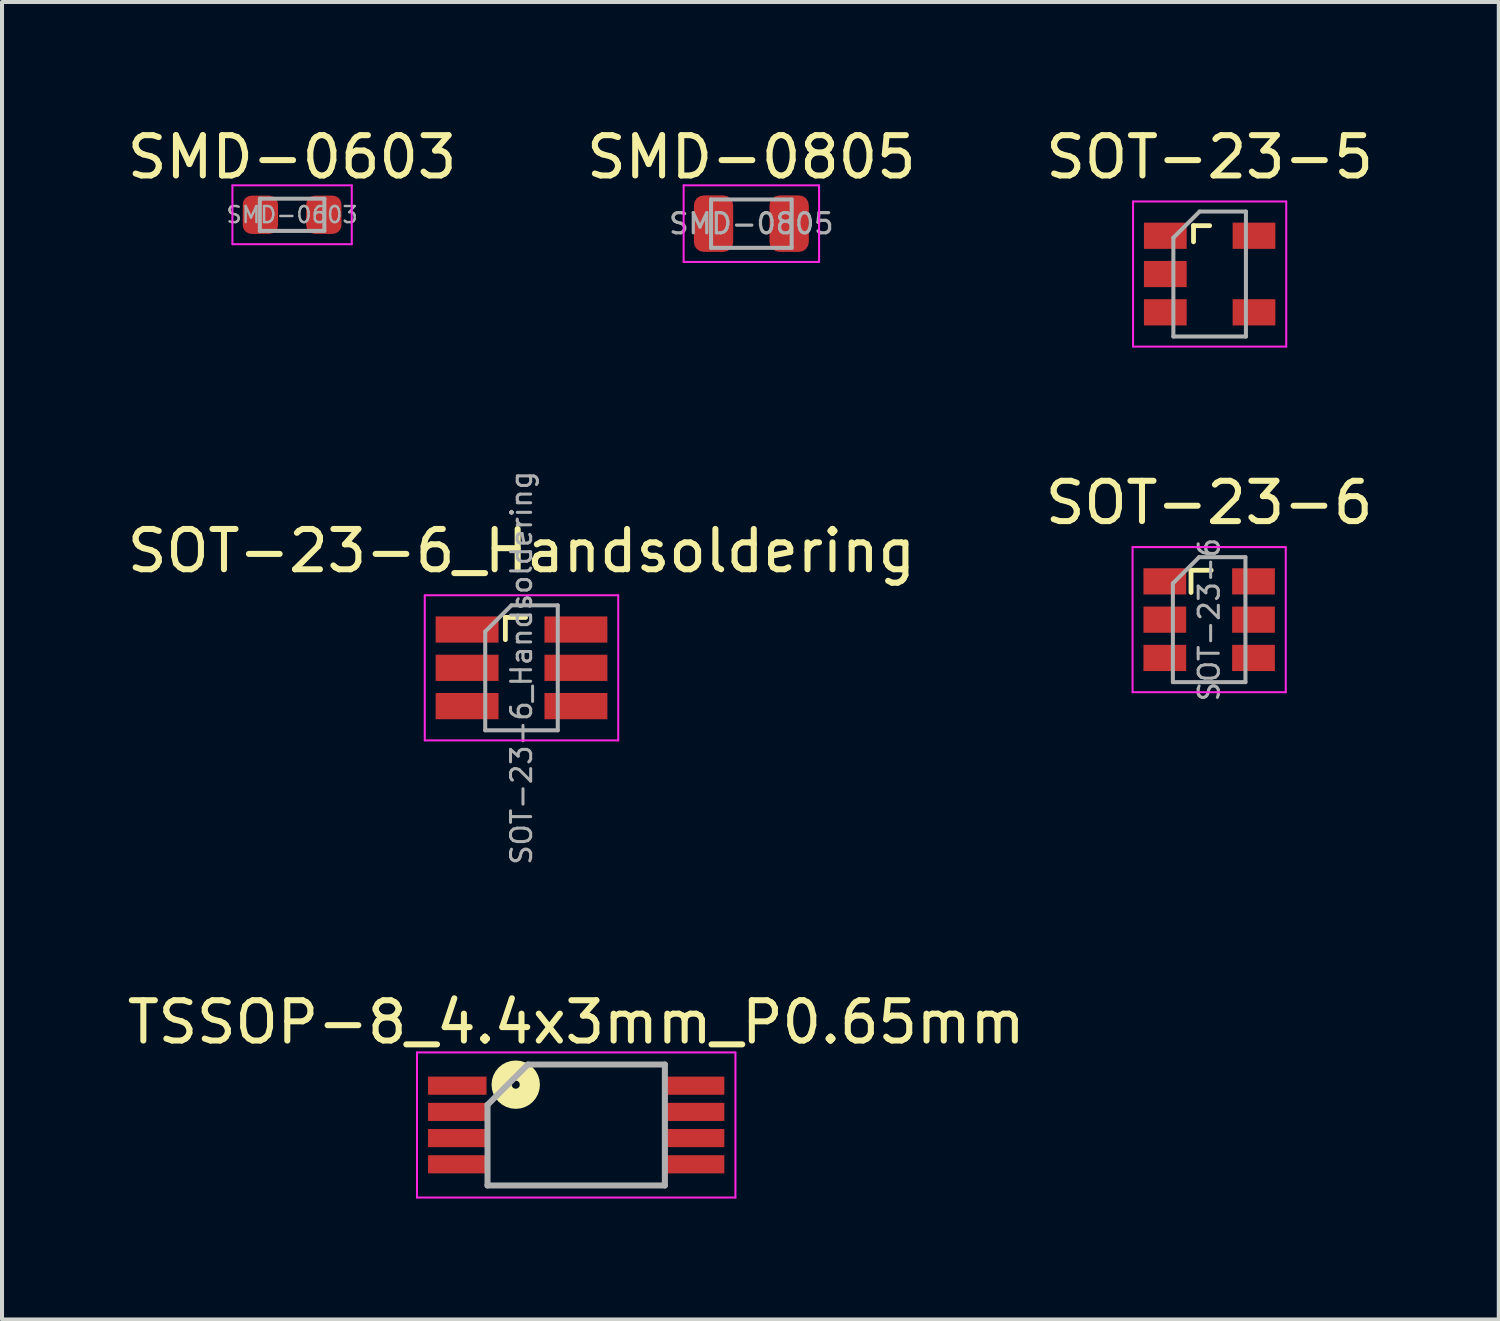
<source format=kicad_pcb>
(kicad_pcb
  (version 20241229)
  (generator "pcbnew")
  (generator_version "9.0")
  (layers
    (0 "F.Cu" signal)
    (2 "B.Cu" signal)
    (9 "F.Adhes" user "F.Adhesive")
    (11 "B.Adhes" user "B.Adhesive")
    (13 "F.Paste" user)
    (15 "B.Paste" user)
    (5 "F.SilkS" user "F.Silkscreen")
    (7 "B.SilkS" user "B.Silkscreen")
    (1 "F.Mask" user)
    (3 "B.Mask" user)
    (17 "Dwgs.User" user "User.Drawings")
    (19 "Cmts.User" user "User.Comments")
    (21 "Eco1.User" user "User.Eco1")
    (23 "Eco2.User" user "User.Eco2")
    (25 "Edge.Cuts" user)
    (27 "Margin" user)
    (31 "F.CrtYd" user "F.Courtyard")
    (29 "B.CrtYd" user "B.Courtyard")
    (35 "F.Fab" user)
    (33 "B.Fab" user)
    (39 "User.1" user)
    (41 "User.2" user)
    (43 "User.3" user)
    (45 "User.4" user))
  (footprint "SMD-0805"
    (layer "F.Cu")
    (at 15.589 2.498)
    (property "Reference" "SMD-0805" (at 0 -1.65 0) (layer "F.SilkS") (effects (font (size 1 1) (thickness 0.15))))
    (attr smd)
    (fp_line (start -1.68 -0.95) (end 1.68 -0.95) (stroke (width 0.05) (type solid)) (layer "F.CrtYd"))
    (fp_line (start -1.68 0.95) (end -1.68 -0.95) (stroke (width 0.05) (type solid)) (layer "F.CrtYd"))
    (fp_line (start 1.68 -0.95) (end 1.68 0.95) (stroke (width 0.05) (type solid)) (layer "F.CrtYd"))
    (fp_line (start 1.68 0.95) (end -1.68 0.95) (stroke (width 0.05) (type solid)) (layer "F.CrtYd"))
    (fp_line (start -1 -0.6) (end 1 -0.6) (stroke (width 0.1) (type solid)) (layer "F.Fab"))
    (fp_line (start -1 0.6) (end -1 -0.6) (stroke (width 0.1) (type solid)) (layer "F.Fab"))
    (fp_line (start 1 -0.6) (end 1 0.6) (stroke (width 0.1) (type solid)) (layer "F.Fab"))
    (fp_line (start 1 0.6) (end -1 0.6) (stroke (width 0.1) (type solid)) (layer "F.Fab"))
    (fp_text user "${REFERENCE}" (at 0 0 0) (layer "F.Fab") (effects (font (size 0.5 0.5) (thickness 0.08))))
    (pad "1" smd roundrect (at -0.938 0) (size 0.975 1.4) (layers "F.Cu" "F.Mask" "F.Paste") (roundrect_rratio 0.25))
    (pad "2" smd roundrect (at 0.938 0) (size 0.975 1.4) (layers "F.Cu" "F.Mask" "F.Paste") (roundrect_rratio 0.25)))
  (footprint "SMD-0603"
    (layer "F.Cu")
    (at 4.196 2.278)
    (property "Reference" "SMD-0603" (at 0 -1.43 0) (layer "F.SilkS") (effects (font (size 1 1) (thickness 0.15))))
    (attr smd)
    (fp_line (start -1.48 -0.73) (end 1.48 -0.73) (stroke (width 0.05) (type solid)) (layer "F.CrtYd"))
    (fp_line (start -1.48 0.73) (end -1.48 -0.73) (stroke (width 0.05) (type solid)) (layer "F.CrtYd"))
    (fp_line (start 1.48 -0.73) (end 1.48 0.73) (stroke (width 0.05) (type solid)) (layer "F.CrtYd"))
    (fp_line (start 1.48 0.73) (end -1.48 0.73) (stroke (width 0.05) (type solid)) (layer "F.CrtYd"))
    (fp_line (start -0.8 -0.4) (end 0.8 -0.4) (stroke (width 0.1) (type solid)) (layer "F.Fab"))
    (fp_line (start -0.8 0.4) (end -0.8 -0.4) (stroke (width 0.1) (type solid)) (layer "F.Fab"))
    (fp_line (start 0.8 -0.4) (end 0.8 0.4) (stroke (width 0.1) (type solid)) (layer "F.Fab"))
    (fp_line (start 0.8 0.4) (end -0.8 0.4) (stroke (width 0.1) (type solid)) (layer "F.Fab"))
    (fp_text user "${REFERENCE}" (at 0 0 0) (layer "F.Fab") (effects (font (size 0.4 0.4) (thickness 0.06))))
    (pad "1" smd roundrect (at -0.787 0) (size 0.875 0.95) (layers "F.Cu" "F.Mask" "F.Paste") (roundrect_rratio 0.25))
    (pad "2" smd roundrect (at 0.787 0) (size 0.875 0.95) (layers "F.Cu" "F.Mask" "F.Paste") (roundrect_rratio 0.25)))
  (footprint "SOT-23-6_Handsoldering"
    (layer "F.Cu")
    (at 9.887 13.517)
    (property "Reference" "SOT-23-6_Handsoldering" (at 0 -2.9 0) (layer "F.SilkS") (effects (font (size 1 1) (thickness 0.15))))
    (attr smd)
    (fp_line (start -0.4 -1.25) (end -0.4 -0.7) (stroke (width 0.12) (type solid)) (layer "F.SilkS"))
    (fp_line (start 0.1 -1.25) (end -0.4 -1.25) (stroke (width 0.12) (type solid)) (layer "F.SilkS"))
    (fp_line (start -2.4 -1.8) (end 2.4 -1.8) (stroke (width 0.05) (type solid)) (layer "F.CrtYd"))
    (fp_line (start -2.4 1.8) (end -2.4 -1.8) (stroke (width 0.05) (type solid)) (layer "F.CrtYd"))
    (fp_line (start 2.4 -1.8) (end 2.4 1.8) (stroke (width 0.05) (type solid)) (layer "F.CrtYd"))
    (fp_line (start 2.4 1.8) (end -2.4 1.8) (stroke (width 0.05) (type solid)) (layer "F.CrtYd"))
    (fp_line (start -0.9 -0.9) (end -0.9 1.55) (stroke (width 0.1) (type solid)) (layer "F.Fab"))
    (fp_line (start -0.9 -0.9) (end -0.25 -1.55) (stroke (width 0.1) (type solid)) (layer "F.Fab"))
    (fp_line (start 0.9 -1.55) (end -0.25 -1.55) (stroke (width 0.1) (type solid)) (layer "F.Fab"))
    (fp_line (start 0.9 -1.55) (end 0.9 1.55) (stroke (width 0.1) (type solid)) (layer "F.Fab"))
    (fp_line (start 0.9 1.55) (end -0.9 1.55) (stroke (width 0.1) (type solid)) (layer "F.Fab"))
    (fp_text user "${REFERENCE}" (at 0 0 90) (layer "F.Fab") (effects (font (size 0.5 0.5) (thickness 0.075))))
    (pad "1" smd rect (at -1.35 -0.95) (size 1.56 0.65) (layers "F.Cu" "F.Mask" "F.Paste"))
    (pad "2" smd rect (at -1.35 0) (size 1.56 0.65) (layers "F.Cu" "F.Mask" "F.Paste"))
    (pad "3" smd rect (at -1.35 0.95) (size 1.56 0.65) (layers "F.Cu" "F.Mask" "F.Paste"))
    (pad "4" smd rect (at 1.35 0.95) (size 1.56 0.65) (layers "F.Cu" "F.Mask" "F.Paste"))
    (pad "5" smd rect (at 1.35 0) (size 1.56 0.65) (layers "F.Cu" "F.Mask" "F.Paste"))
    (pad "6" smd rect (at 1.35 -0.95) (size 1.56 0.65) (layers "F.Cu" "F.Mask" "F.Paste")))
  (footprint "TSSOP-8_4.4x3mm_P0.65mm"
    (layer "F.Cu")
    (at 11.244 24.858)
    (property "Reference" "TSSOP-8_4.4x3mm_P0.65mm" (at 0 -2.55 180) (layer "F.SilkS") (effects (font (size 1 1) (thickness 0.15))))
    (attr smd)
    (fp_circle (center -1.5 -1) (end -1.4 -1) (stroke (width 0.5) (type solid)) (fill no) (layer "F.SilkS"))
    (fp_line (start -3.95 -1.8) (end -3.95 1.8) (stroke (width 0.05) (type solid)) (layer "F.CrtYd"))
    (fp_line (start -3.95 -1.8) (end 3.95 -1.8) (stroke (width 0.05) (type solid)) (layer "F.CrtYd"))
    (fp_line (start -3.95 1.8) (end 3.95 1.8) (stroke (width 0.05) (type solid)) (layer "F.CrtYd"))
    (fp_line (start 3.95 -1.8) (end 3.95 1.8) (stroke (width 0.05) (type solid)) (layer "F.CrtYd"))
    (fp_line (start -2.2 -0.5) (end -1.2 -1.5) (stroke (width 0.15) (type solid)) (layer "F.Fab"))
    (fp_line (start -2.2 1.5) (end -2.2 -0.5) (stroke (width 0.15) (type solid)) (layer "F.Fab"))
    (fp_line (start -1.2 -1.5) (end 2.2 -1.5) (stroke (width 0.15) (type solid)) (layer "F.Fab"))
    (fp_line (start 2.2 -1.5) (end 2.2 1.5) (stroke (width 0.15) (type solid)) (layer "F.Fab"))
    (fp_line (start 2.2 1.5) (end -2.2 1.5) (stroke (width 0.15) (type solid)) (layer "F.Fab"))
    (pad "1" smd rect (at -2.95 -0.975) (size 1.45 0.45) (layers "F.Cu" "F.Mask" "F.Paste"))
    (pad "2" smd rect (at -2.95 -0.325) (size 1.45 0.45) (layers "F.Cu" "F.Mask" "F.Paste"))
    (pad "3" smd rect (at -2.95 0.325) (size 1.45 0.45) (layers "F.Cu" "F.Mask" "F.Paste"))
    (pad "4" smd rect (at -2.95 0.975) (size 1.45 0.45) (layers "F.Cu" "F.Mask" "F.Paste"))
    (pad "5" smd rect (at 2.95 0.975) (size 1.45 0.45) (layers "F.Cu" "F.Mask" "F.Paste"))
    (pad "6" smd rect (at 2.95 0.325) (size 1.45 0.45) (layers "F.Cu" "F.Mask" "F.Paste"))
    (pad "7" smd rect (at 2.95 -0.325) (size 1.45 0.45) (layers "F.Cu" "F.Mask" "F.Paste"))
    (pad "8" smd rect (at 2.95 -0.975) (size 1.45 0.45) (layers "F.Cu" "F.Mask" "F.Paste")))
  (footprint "SOT-23-6"
    (layer "F.Cu")
    (at 26.946 12.322)
    (property "Reference" "SOT-23-6" (at 0 -2.9 0) (layer "F.SilkS") (effects (font (size 1 1) (thickness 0.15))))
    (attr smd)
    (fp_line (start -0.45 -1.225) (end -0.45 -0.675) (stroke (width 0.12) (type solid)) (layer "F.SilkS"))
    (fp_line (start 0.05 -1.225) (end -0.45 -1.225) (stroke (width 0.12) (type solid)) (layer "F.SilkS"))
    (fp_line (start -1.9 -1.8) (end -1.9 1.8) (stroke (width 0.05) (type solid)) (layer "F.CrtYd"))
    (fp_line (start -1.9 1.8) (end 1.9 1.8) (stroke (width 0.05) (type solid)) (layer "F.CrtYd"))
    (fp_line (start 1.9 -1.8) (end -1.9 -1.8) (stroke (width 0.05) (type solid)) (layer "F.CrtYd"))
    (fp_line (start 1.9 1.8) (end 1.9 -1.8) (stroke (width 0.05) (type solid)) (layer "F.CrtYd"))
    (fp_line (start -0.9 -0.9) (end -0.9 1.55) (stroke (width 0.1) (type solid)) (layer "F.Fab"))
    (fp_line (start -0.9 -0.9) (end -0.25 -1.55) (stroke (width 0.1) (type solid)) (layer "F.Fab"))
    (fp_line (start 0.9 -1.55) (end -0.25 -1.55) (stroke (width 0.1) (type solid)) (layer "F.Fab"))
    (fp_line (start 0.9 -1.55) (end 0.9 1.55) (stroke (width 0.1) (type solid)) (layer "F.Fab"))
    (fp_line (start 0.9 1.55) (end -0.9 1.55) (stroke (width 0.1) (type solid)) (layer "F.Fab"))
    (fp_text user "${REFERENCE}" (at 0 0 90) (layer "F.Fab") (effects (font (size 0.5 0.5) (thickness 0.075))))
    (pad "1" smd rect (at -1.1 -0.95) (size 1.06 0.65) (layers "F.Cu" "F.Mask" "F.Paste"))
    (pad "2" smd rect (at -1.1 0) (size 1.06 0.65) (layers "F.Cu" "F.Mask" "F.Paste"))
    (pad "3" smd rect (at -1.1 0.95) (size 1.06 0.65) (layers "F.Cu" "F.Mask" "F.Paste"))
    (pad "4" smd rect (at 1.1 0.95) (size 1.06 0.65) (layers "F.Cu" "F.Mask" "F.Paste"))
    (pad "5" smd rect (at 1.1 0) (size 1.06 0.65) (layers "F.Cu" "F.Mask" "F.Paste"))
    (pad "6" smd rect (at 1.1 -0.95) (size 1.06 0.65) (layers "F.Cu" "F.Mask" "F.Paste")))
  (footprint "SOT-23-5"
    (layer "F.Cu")
    (at 26.958 3.748)
    (property "Reference" "SOT-23-5" (at 0 -2.9 0) (layer "F.SilkS") (effects (font (size 1 1) (thickness 0.15))))
    (attr smd)
    (fp_line (start -0.4 -1.2) (end -0.4 -0.8) (stroke (width 0.12) (type solid)) (layer "F.SilkS"))
    (fp_line (start 0 -1.2) (end -0.4 -1.2) (stroke (width 0.12) (type solid)) (layer "F.SilkS"))
    (fp_line (start -1.9 -1.8) (end 1.9 -1.8) (stroke (width 0.05) (type solid)) (layer "F.CrtYd"))
    (fp_line (start -1.9 1.8) (end -1.9 -1.8) (stroke (width 0.05) (type solid)) (layer "F.CrtYd"))
    (fp_line (start 1.9 -1.8) (end 1.9 1.8) (stroke (width 0.05) (type solid)) (layer "F.CrtYd"))
    (fp_line (start 1.9 1.8) (end -1.9 1.8) (stroke (width 0.05) (type solid)) (layer "F.CrtYd"))
    (fp_line (start -0.9 -0.9) (end -0.9 1.55) (stroke (width 0.1) (type solid)) (layer "F.Fab"))
    (fp_line (start -0.9 -0.9) (end -0.25 -1.55) (stroke (width 0.1) (type solid)) (layer "F.Fab"))
    (fp_line (start 0.9 -1.55) (end -0.25 -1.55) (stroke (width 0.1) (type solid)) (layer "F.Fab"))
    (fp_line (start 0.9 -1.55) (end 0.9 1.55) (stroke (width 0.1) (type solid)) (layer "F.Fab"))
    (fp_line (start 0.9 1.55) (end -0.9 1.55) (stroke (width 0.1) (type solid)) (layer "F.Fab"))
    (pad "1" smd rect (at -1.1 -0.95) (size 1.06 0.65) (layers "F.Cu" "F.Mask" "F.Paste"))
    (pad "2" smd rect (at -1.1 0) (size 1.06 0.65) (layers "F.Cu" "F.Mask" "F.Paste"))
    (pad "3" smd rect (at -1.1 0.95) (size 1.06 0.65) (layers "F.Cu" "F.Mask" "F.Paste"))
    (pad "4" smd rect (at 1.1 0.95) (size 1.06 0.65) (layers "F.Cu" "F.Mask" "F.Paste"))
    (pad "5" smd rect (at 1.1 -0.95) (size 1.06 0.65) (layers "F.Cu" "F.Mask" "F.Paste")))
  (gr_rect
    (start -3 -3)
    (end 34.131 29.683)
    (stroke (width 0.1) (type default))
    (fill no)
    (layer "Edge.Cuts")))
</source>
